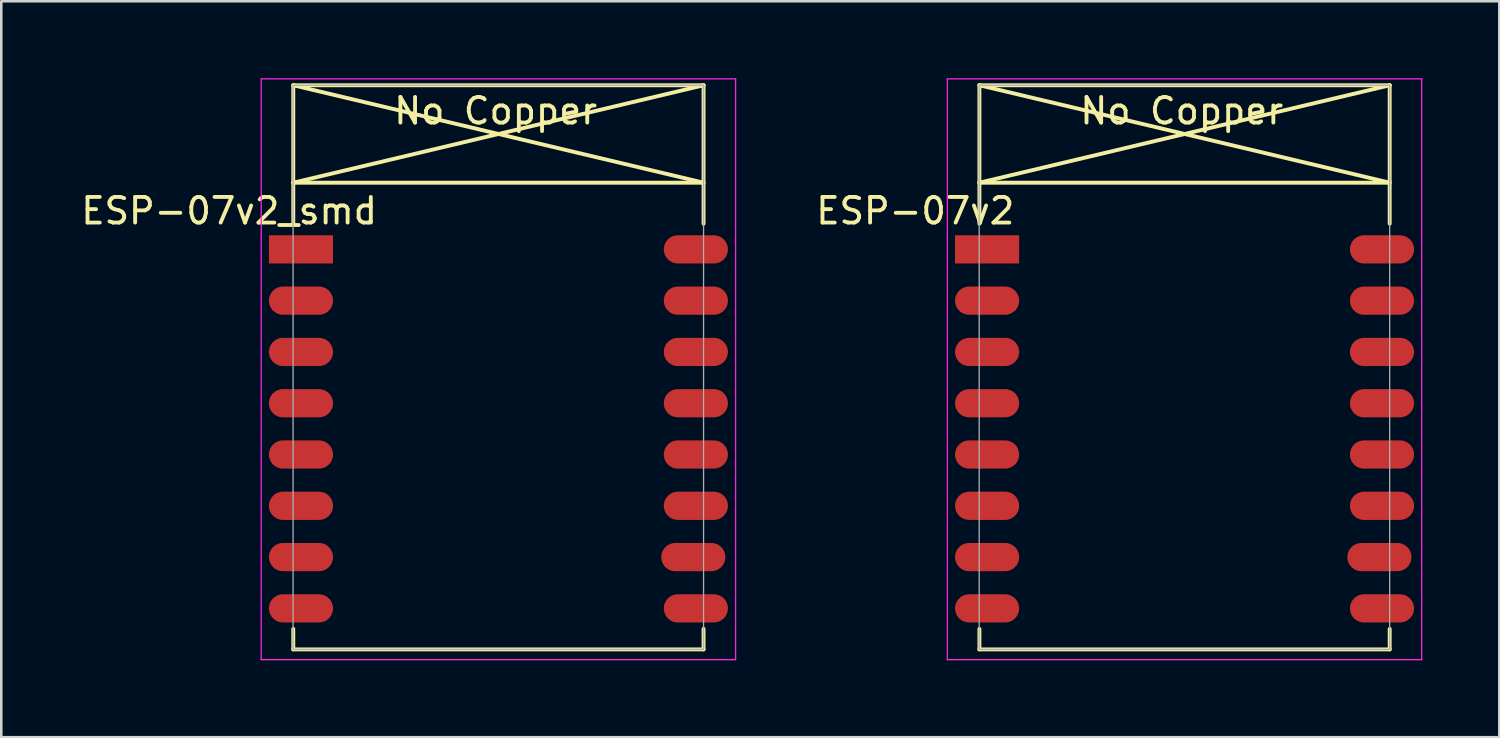
<source format=kicad_pcb>
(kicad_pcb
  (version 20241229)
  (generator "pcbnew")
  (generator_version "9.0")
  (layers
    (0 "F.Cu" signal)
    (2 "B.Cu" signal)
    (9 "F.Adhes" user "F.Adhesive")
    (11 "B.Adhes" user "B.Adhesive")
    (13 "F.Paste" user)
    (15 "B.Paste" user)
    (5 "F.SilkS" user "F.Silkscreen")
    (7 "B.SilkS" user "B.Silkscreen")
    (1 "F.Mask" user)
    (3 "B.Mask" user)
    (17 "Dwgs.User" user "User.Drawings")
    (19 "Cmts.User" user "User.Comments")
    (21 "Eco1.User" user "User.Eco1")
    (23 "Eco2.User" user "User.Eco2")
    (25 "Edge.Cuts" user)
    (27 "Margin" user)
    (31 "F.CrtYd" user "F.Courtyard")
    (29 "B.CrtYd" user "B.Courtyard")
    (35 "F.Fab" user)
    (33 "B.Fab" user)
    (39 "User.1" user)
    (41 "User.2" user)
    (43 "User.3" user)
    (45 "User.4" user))
  (footprint "ESP-07v2_smd"
    (layer "F.Cu")
    (at 9.387 6.675)
    (property "Reference" "ESP-07v2_smd" (at -3.5 -1.5 0) (layer "F.SilkS") (effects (font (size 1 1) (thickness 0.15))))
    (attr through_hole)
    (fp_line (start -1.008 -2.6) (end 14.992 -2.6) (stroke (width 0.152) (type solid)) (layer "F.SilkS"))
    (fp_line (start -1 -6.4) (end -1 -1) (stroke (width 0.152) (type solid)) (layer "F.SilkS"))
    (fp_line (start -1 -6.4) (end 15 -6.4) (stroke (width 0.152) (type solid)) (layer "F.SilkS"))
    (fp_line (start -1 -6.4) (end 15 -2.6) (stroke (width 0.152) (type solid)) (layer "F.SilkS"))
    (fp_line (start -1 14.8) (end -1 15.6) (stroke (width 0.152) (type solid)) (layer "F.SilkS"))
    (fp_line (start -1 15.6) (end 15 15.6) (stroke (width 0.152) (type solid)) (layer "F.SilkS"))
    (fp_line (start 15 -6.4) (end -1 -2.6) (stroke (width 0.152) (type solid)) (layer "F.SilkS"))
    (fp_line (start 15 -6.4) (end 15 -1) (stroke (width 0.152) (type solid)) (layer "F.SilkS"))
    (fp_line (start 15 15.6) (end 15 14.8) (stroke (width 0.152) (type solid)) (layer "F.SilkS"))
    (fp_line (start -2.25 -6.65) (end 16.25 -6.65) (stroke (width 0.05) (type solid)) (layer "F.CrtYd"))
    (fp_line (start -2.25 -0.5) (end -2.25 -6.65) (stroke (width 0.05) (type solid)) (layer "F.CrtYd"))
    (fp_line (start -2.25 16) (end -2.25 -0.5) (stroke (width 0.05) (type solid)) (layer "F.CrtYd"))
    (fp_line (start 16.25 -6.65) (end 16.25 16) (stroke (width 0.05) (type solid)) (layer "F.CrtYd"))
    (fp_line (start 16.25 16) (end -2.25 16) (stroke (width 0.05) (type solid)) (layer "F.CrtYd"))
    (fp_line (start -1.008 15.6) (end -1.008 -6.4) (stroke (width 0.05) (type solid)) (layer "F.Fab"))
    (fp_line (start -1 -6.4) (end 15 -6.4) (stroke (width 0.05) (type solid)) (layer "F.Fab"))
    (fp_line (start 15 -6.4) (end 15 15.6) (stroke (width 0.05) (type solid)) (layer "F.Fab"))
    (fp_line (start 15 15.6) (end -1 15.6) (stroke (width 0.05) (type solid)) (layer "F.Fab"))
    (fp_text user "No Copper" (at 6.892 -5.4 0) (layer "F.SilkS") (effects (font (size 1 1) (thickness 0.15))))
    (pad "1" smd rect (at 0 0) (size 2.5 1.1) (drill (offset -0.7 0)) (layers "F.Cu" "F.Mask" "F.Paste"))
    (pad "2" smd oval (at 0 2) (size 2.5 1.1) (drill (offset -0.7 0)) (layers "F.Cu" "F.Mask" "F.Paste"))
    (pad "3" smd oval (at 0 4) (size 2.5 1.1) (drill (offset -0.7 0)) (layers "F.Cu" "F.Mask" "F.Paste"))
    (pad "4" smd oval (at 0 6) (size 2.5 1.1) (drill (offset -0.7 0)) (layers "F.Cu" "F.Mask" "F.Paste"))
    (pad "5" smd oval (at 0 8) (size 2.5 1.1) (drill (offset -0.7 0)) (layers "F.Cu" "F.Mask" "F.Paste"))
    (pad "6" smd oval (at 0 10) (size 2.5 1.1) (drill (offset -0.7 0)) (layers "F.Cu" "F.Mask" "F.Paste"))
    (pad "7" smd oval (at 0 12) (size 2.5 1.1) (drill (offset -0.7 0)) (layers "F.Cu" "F.Mask" "F.Paste"))
    (pad "8" smd oval (at 0 14) (size 2.5 1.1) (drill (offset -0.7 0)) (layers "F.Cu" "F.Mask" "F.Paste"))
    (pad "9" smd oval (at 14 14) (size 2.5 1.1) (drill (offset 0.7 0)) (layers "F.Cu" "F.Mask" "F.Paste"))
    (pad "10" smd oval (at 14 12) (size 2.5 1.1) (drill (offset 0.6 0)) (layers "F.Cu" "F.Mask" "F.Paste"))
    (pad "11" smd oval (at 14 10) (size 2.5 1.1) (drill (offset 0.7 0)) (layers "F.Cu" "F.Mask" "F.Paste"))
    (pad "12" smd oval (at 14 8) (size 2.5 1.1) (drill (offset 0.7 0)) (layers "F.Cu" "F.Mask" "F.Paste"))
    (pad "13" smd oval (at 14 6) (size 2.5 1.1) (drill (offset 0.7 0)) (layers "F.Cu" "F.Mask" "F.Paste"))
    (pad "14" smd oval (at 14 4) (size 2.5 1.1) (drill (offset 0.7 0)) (layers "F.Cu" "F.Mask" "F.Paste"))
    (pad "15" smd oval (at 14 2) (size 2.5 1.1) (drill (offset 0.7 0)) (layers "F.Cu" "F.Mask" "F.Paste"))
    (pad "16" smd oval (at 14 0) (size 2.5 1.1) (drill (offset 0.7 0)) (layers "F.Cu" "F.Mask" "F.Paste")))
  (footprint "ESP-07v2"
    (layer "F.Cu")
    (at 36.144 6.675)
    (property "Reference" "ESP-07v2" (at -3.5 -1.5 0) (layer "F.SilkS") (effects (font (size 1 1) (thickness 0.15))))
    (attr through_hole)
    (fp_line (start -1.008 -2.6) (end 14.992 -2.6) (stroke (width 0.152) (type solid)) (layer "F.SilkS"))
    (fp_line (start -1 -6.4) (end -1 -1) (stroke (width 0.152) (type solid)) (layer "F.SilkS"))
    (fp_line (start -1 -6.4) (end 15 -6.4) (stroke (width 0.152) (type solid)) (layer "F.SilkS"))
    (fp_line (start -1 -6.4) (end 15 -2.6) (stroke (width 0.152) (type solid)) (layer "F.SilkS"))
    (fp_line (start -1 14.8) (end -1 15.6) (stroke (width 0.152) (type solid)) (layer "F.SilkS"))
    (fp_line (start -1 15.6) (end 15 15.6) (stroke (width 0.152) (type solid)) (layer "F.SilkS"))
    (fp_line (start 15 -6.4) (end -1 -2.6) (stroke (width 0.152) (type solid)) (layer "F.SilkS"))
    (fp_line (start 15 -6.4) (end 15 -1) (stroke (width 0.152) (type solid)) (layer "F.SilkS"))
    (fp_line (start 15 15.6) (end 15 14.8) (stroke (width 0.152) (type solid)) (layer "F.SilkS"))
    (fp_line (start -2.25 -6.65) (end 16.25 -6.65) (stroke (width 0.05) (type solid)) (layer "F.CrtYd"))
    (fp_line (start -2.25 -0.5) (end -2.25 -6.65) (stroke (width 0.05) (type solid)) (layer "F.CrtYd"))
    (fp_line (start -2.25 16) (end -2.25 -0.5) (stroke (width 0.05) (type solid)) (layer "F.CrtYd"))
    (fp_line (start 16.25 -6.65) (end 16.25 16) (stroke (width 0.05) (type solid)) (layer "F.CrtYd"))
    (fp_line (start 16.25 16) (end -2.25 16) (stroke (width 0.05) (type solid)) (layer "F.CrtYd"))
    (fp_line (start -1.008 15.6) (end -1.008 -6.4) (stroke (width 0.05) (type solid)) (layer "F.Fab"))
    (fp_line (start -1 -6.4) (end 15 -6.4) (stroke (width 0.05) (type solid)) (layer "F.Fab"))
    (fp_line (start 15 -6.4) (end 15 15.6) (stroke (width 0.05) (type solid)) (layer "F.Fab"))
    (fp_line (start 15 15.6) (end -1 15.6) (stroke (width 0.05) (type solid)) (layer "F.Fab"))
    (fp_text user "No Copper" (at 6.892 -5.4 0) (layer "F.SilkS") (effects (font (size 1 1) (thickness 0.15))))
    (pad "1" smd rect (at 0 0) (size 2.5 1.1) (drill (offset -0.7 0)) (layers "F.Cu" "F.Mask" "F.Paste"))
    (pad "2" smd oval (at 0 2) (size 2.5 1.1) (drill (offset -0.7 0)) (layers "F.Cu" "F.Mask" "F.Paste"))
    (pad "3" smd oval (at 0 4) (size 2.5 1.1) (drill (offset -0.7 0)) (layers "F.Cu" "F.Mask" "F.Paste"))
    (pad "4" smd oval (at 0 6) (size 2.5 1.1) (drill (offset -0.7 0)) (layers "F.Cu" "F.Mask" "F.Paste"))
    (pad "5" smd oval (at 0 8) (size 2.5 1.1) (drill (offset -0.7 0)) (layers "F.Cu" "F.Mask" "F.Paste"))
    (pad "6" smd oval (at 0 10) (size 2.5 1.1) (drill (offset -0.7 0)) (layers "F.Cu" "F.Mask" "F.Paste"))
    (pad "7" smd oval (at 0 12) (size 2.5 1.1) (drill (offset -0.7 0)) (layers "F.Cu" "F.Mask" "F.Paste"))
    (pad "8" smd oval (at 0 14) (size 2.5 1.1) (drill (offset -0.7 0)) (layers "F.Cu" "F.Mask" "F.Paste"))
    (pad "9" smd oval (at 14 14) (size 2.5 1.1) (drill (offset 0.7 0)) (layers "F.Cu" "F.Mask" "F.Paste"))
    (pad "10" smd oval (at 14 12) (size 2.5 1.1) (drill (offset 0.6 0)) (layers "F.Cu" "F.Mask" "F.Paste"))
    (pad "11" smd oval (at 14 10) (size 2.5 1.1) (drill (offset 0.7 0)) (layers "F.Cu" "F.Mask" "F.Paste"))
    (pad "12" smd oval (at 14 8) (size 2.5 1.1) (drill (offset 0.7 0)) (layers "F.Cu" "F.Mask" "F.Paste"))
    (pad "13" smd oval (at 14 6) (size 2.5 1.1) (drill (offset 0.7 0)) (layers "F.Cu" "F.Mask" "F.Paste"))
    (pad "14" smd oval (at 14 4) (size 2.5 1.1) (drill (offset 0.7 0)) (layers "F.Cu" "F.Mask" "F.Paste"))
    (pad "15" smd oval (at 14 2) (size 2.5 1.1) (drill (offset 0.7 0)) (layers "F.Cu" "F.Mask" "F.Paste"))
    (pad "16" smd oval (at 14 0) (size 2.5 1.1) (drill (offset 0.7 0)) (layers "F.Cu" "F.Mask" "F.Paste")))
  (gr_rect
    (start -3 -3)
    (end 55.419 25.7)
    (stroke (width 0.1) (type default))
    (fill no)
    (layer "Edge.Cuts")))
</source>
